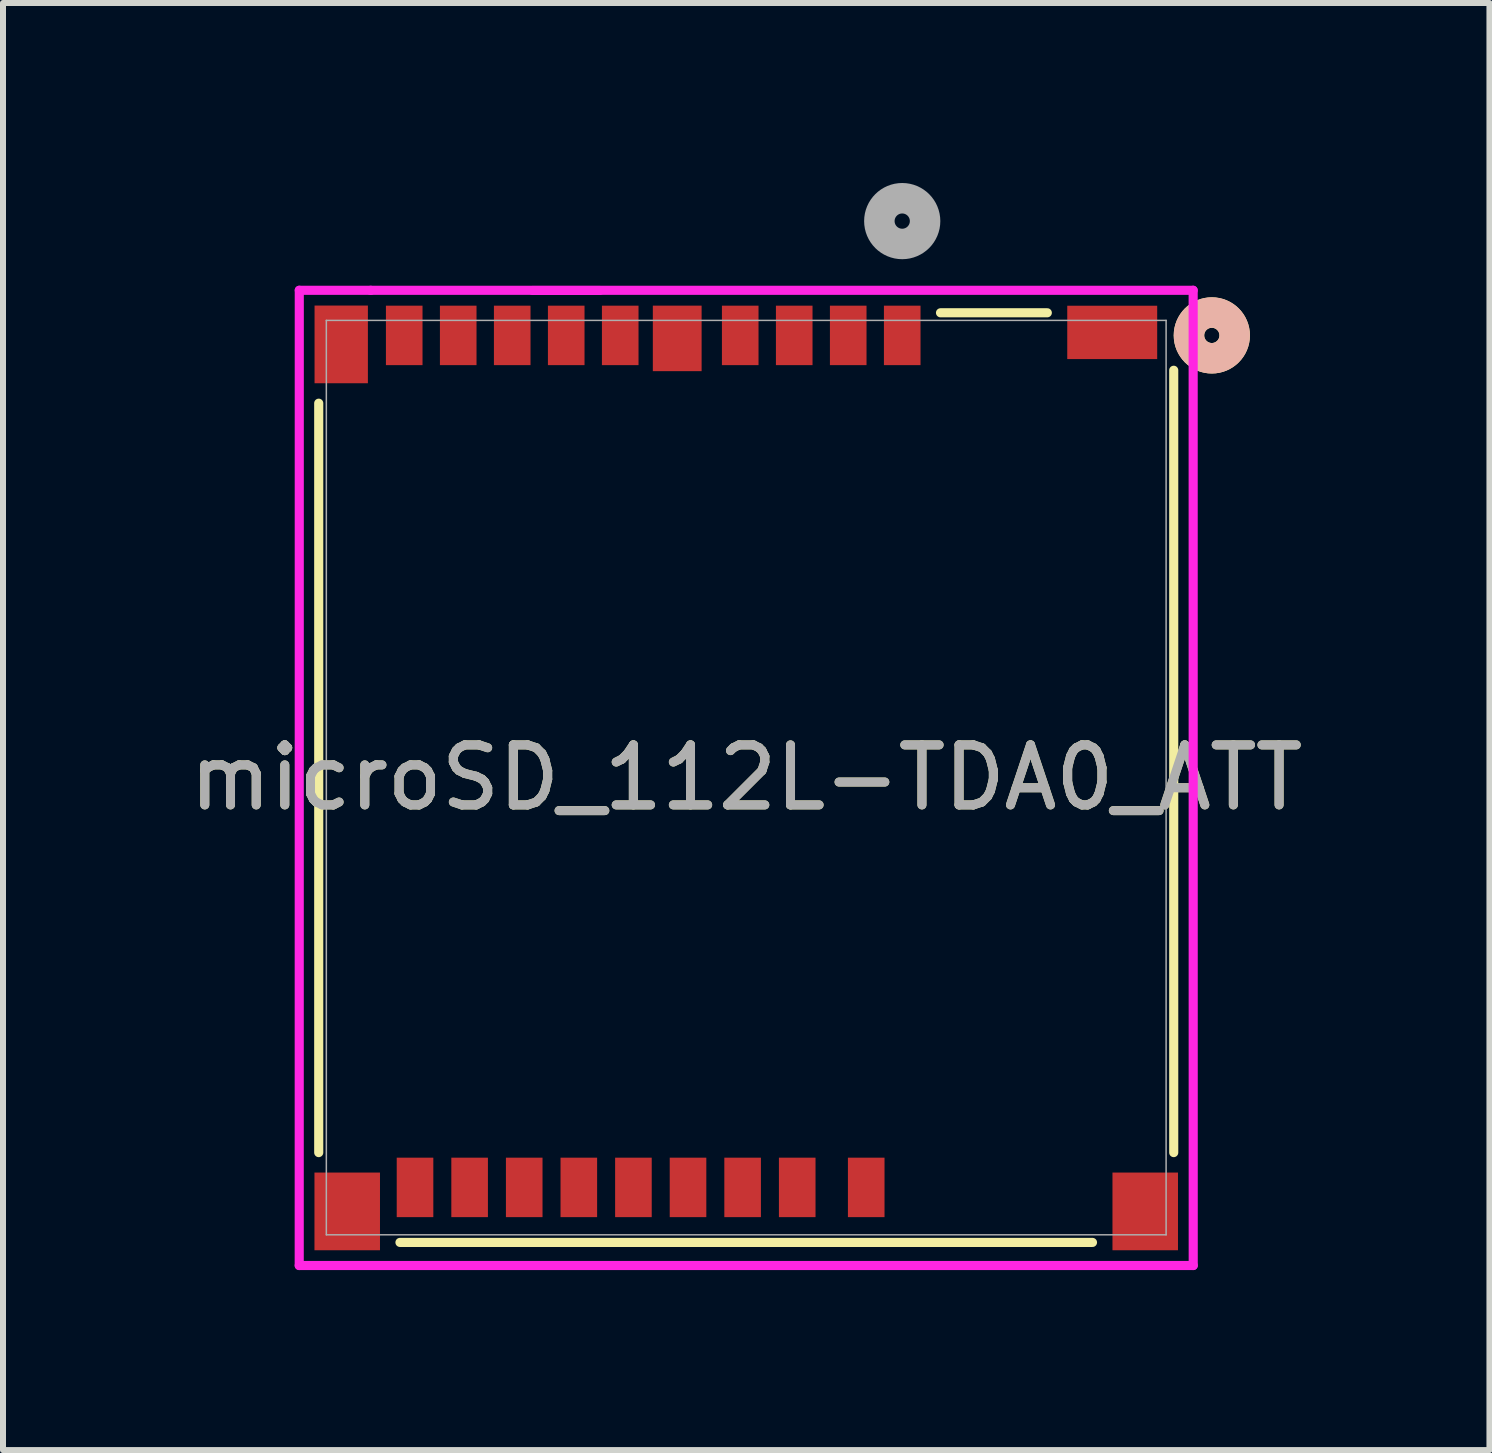
<source format=kicad_pcb>
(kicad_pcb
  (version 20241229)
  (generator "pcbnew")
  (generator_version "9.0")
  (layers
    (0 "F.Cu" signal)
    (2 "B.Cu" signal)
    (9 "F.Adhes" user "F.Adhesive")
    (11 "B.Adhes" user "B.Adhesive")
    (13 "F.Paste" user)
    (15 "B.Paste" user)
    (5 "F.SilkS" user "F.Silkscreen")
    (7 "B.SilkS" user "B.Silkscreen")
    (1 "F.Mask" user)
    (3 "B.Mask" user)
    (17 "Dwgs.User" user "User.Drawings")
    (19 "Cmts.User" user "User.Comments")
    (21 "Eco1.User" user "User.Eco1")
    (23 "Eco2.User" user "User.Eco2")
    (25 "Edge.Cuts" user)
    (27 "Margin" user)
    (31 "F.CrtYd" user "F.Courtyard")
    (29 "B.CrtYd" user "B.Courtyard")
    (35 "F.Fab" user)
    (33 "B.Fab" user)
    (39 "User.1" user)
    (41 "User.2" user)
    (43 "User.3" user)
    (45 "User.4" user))
  (footprint "microSD_112L-TDA0_ATT"
    (layer "F.Cu")
    (at 9.387 9.91)
    (property "Reference" "microSD_112L-TDA0_ATT" (at 0 0 0) (unlocked yes) (layer "F.SilkS") (effects (font (size 1 1) (thickness 0.15))))
    (attr smd)
    (fp_line (start -7.125 -6.24) (end -7.125 6.25) (stroke (width 0.152) (type solid)) (layer "F.SilkS"))
    (fp_line (start -5.771 7.747) (end 5.771 7.747) (stroke (width 0.152) (type solid)) (layer "F.SilkS"))
    (fp_line (start 5.018 -7.747) (end 3.238 -7.747) (stroke (width 0.152) (type solid)) (layer "F.SilkS"))
    (fp_line (start 7.125 6.25) (end 7.125 -6.789) (stroke (width 0.152) (type solid)) (layer "F.SilkS"))
    (fp_circle (center 7.76 -7.37) (end 8.141 -7.37) (stroke (width 0.508) (type solid)) (fill no) (layer "F.SilkS"))
    (fp_circle (center 7.76 -7.37) (end 8.141 -7.37) (stroke (width 0.508) (type solid)) (fill no) (layer "B.SilkS"))
    (fp_line (start -7.45 8.132) (end 7.45 8.132) (stroke (width 0.152) (type solid)) (layer "F.CrtYd"))
    (fp_line (start -7.449 -8.122) (end -7.45 8.132) (stroke (width 0.152) (type solid)) (layer "F.CrtYd"))
    (fp_line (start -6.259 -8.119) (end -6.259 -8.122) (stroke (width 0.152) (type solid)) (layer "F.CrtYd"))
    (fp_line (start -2.441 -8.119) (end -3.559 -8.119) (stroke (width 0.152) (type solid)) (layer "F.CrtYd"))
    (fp_line (start 7.449 -8.122) (end -7.449 -8.122) (stroke (width 0.152) (type solid)) (layer "F.CrtYd"))
    (fp_line (start 7.45 8.132) (end 7.449 -8.122) (stroke (width 0.152) (type solid)) (layer "F.CrtYd"))
    (fp_line (start -6.998 -7.62) (end -6.998 7.62) (stroke (width 0.025) (type solid)) (layer "F.Fab"))
    (fp_line (start -6.998 7.62) (end 6.998 7.62) (stroke (width 0.025) (type solid)) (layer "F.Fab"))
    (fp_line (start 6.998 -7.62) (end -6.998 -7.62) (stroke (width 0.025) (type solid)) (layer "F.Fab"))
    (fp_line (start 6.998 7.62) (end 6.998 -7.62) (stroke (width 0.025) (type solid)) (layer "F.Fab"))
    (fp_circle (center 2.6 -9.275) (end 2.981 -9.275) (stroke (width 0.508) (type solid)) (fill no) (layer "F.Fab"))
    (fp_text user "${REFERENCE}" (at 0 0 0) (unlocked yes) (layer "F.Fab") (effects (font (size 1 1) (thickness 0.15))))
    (pad "1" smd rect (at 2.6 -7.37) (size 0.61 0.991) (layers "F.Cu" "F.Mask" "F.Paste"))
    (pad "2" smd rect (at 1.7 -7.37) (size 0.61 0.991) (layers "F.Cu" "F.Mask" "F.Paste"))
    (pad "3" smd rect (at 0.8 -7.37) (size 0.61 0.991) (layers "F.Cu" "F.Mask" "F.Paste"))
    (pad "4" smd rect (at -0.1 -7.37) (size 0.61 0.991) (layers "F.Cu" "F.Mask" "F.Paste"))
    (pad "5" smd rect (at -2.1 -7.37) (size 0.61 0.991) (layers "F.Cu" "F.Mask" "F.Paste"))
    (pad "6" smd rect (at -3.9 -7.37) (size 0.61 0.991) (layers "F.Cu" "F.Mask" "F.Paste"))
    (pad "7" smd rect (at -4.8 -7.37) (size 0.61 0.991) (layers "F.Cu" "F.Mask" "F.Paste"))
    (pad "8" smd rect (at -5.7 -7.37) (size 0.61 0.991) (layers "F.Cu" "F.Mask" "F.Paste"))
    (pad "9" smd rect (at 2 6.83) (size 0.61 0.991) (layers "F.Cu" "F.Mask" "F.Paste"))
    (pad "10" smd rect (at -0.06 6.83) (size 0.61 0.991) (layers "F.Cu" "F.Mask" "F.Paste"))
    (pad "11" smd rect (at -0.97 6.83) (size 0.61 0.991) (layers "F.Cu" "F.Mask" "F.Paste"))
    (pad "12" smd rect (at -1.88 6.83) (size 0.61 0.991) (layers "F.Cu" "F.Mask" "F.Paste"))
    (pad "13" smd rect (at -2.79 6.83) (size 0.61 0.991) (layers "F.Cu" "F.Mask" "F.Paste"))
    (pad "14" smd rect (at -3.7 6.83) (size 0.61 0.991) (layers "F.Cu" "F.Mask" "F.Paste"))
    (pad "15" smd rect (at -4.61 6.83) (size 0.61 0.991) (layers "F.Cu" "F.Mask" "F.Paste"))
    (pad "16" smd rect (at -5.52 6.83) (size 0.61 0.991) (layers "F.Cu" "F.Mask" "F.Paste"))
    (pad "17" smd rect (at 0.85 6.83) (size 0.61 0.991) (layers "F.Cu" "F.Mask" "F.Paste"))
    (pad "18" smd rect (at -3 -7.37) (size 0.61 0.991) (layers "F.Cu" "F.Mask" "F.Paste"))
    (pad "19" smd rect (at -6.75 -7.22) (size 0.889 1.295) (layers "F.Cu" "F.Mask" "F.Paste"))
    (pad "20" smd rect (at -1.15 -7.32) (size 0.813 1.092) (layers "F.Cu" "F.Mask" "F.Paste"))
    (pad "21" smd rect (at 6.1 -7.42) (size 1.499 0.889) (layers "F.Cu" "F.Mask" "F.Paste"))
    (pad "22" smd rect (at -6.65 7.23) (size 1.092 1.295) (layers "F.Cu" "F.Mask" "F.Paste"))
    (pad "23" smd rect (at 6.65 7.23) (size 1.092 1.295) (layers "F.Cu" "F.Mask" "F.Paste")))
  (gr_rect
    (start -3 -3)
    (end 21.774 21.118)
    (stroke (width 0.1) (type default))
    (fill no)
    (layer "Edge.Cuts")))
</source>
